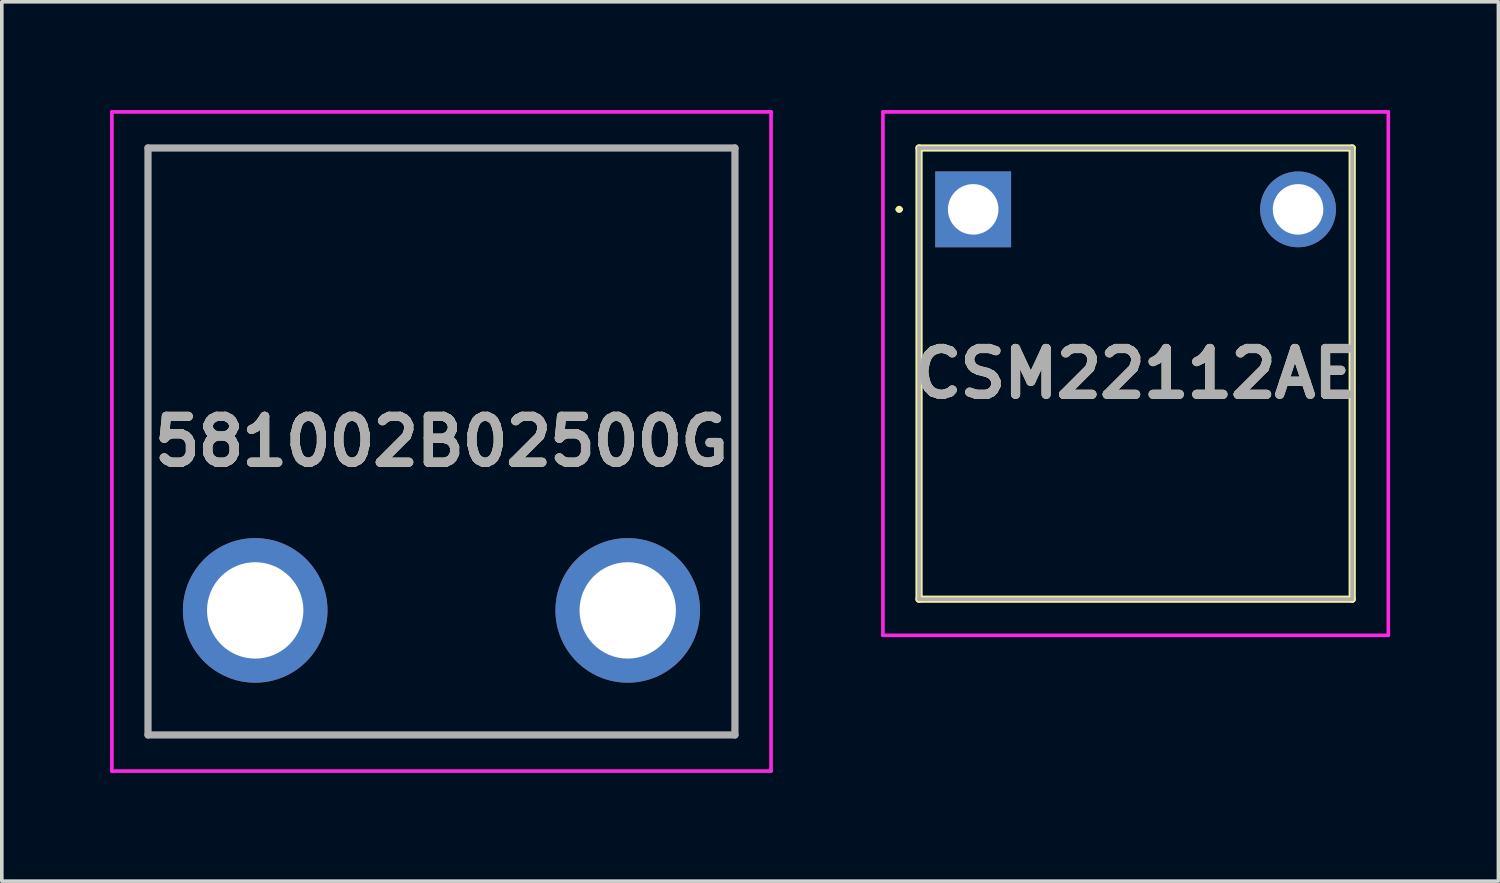
<source format=kicad_pcb>
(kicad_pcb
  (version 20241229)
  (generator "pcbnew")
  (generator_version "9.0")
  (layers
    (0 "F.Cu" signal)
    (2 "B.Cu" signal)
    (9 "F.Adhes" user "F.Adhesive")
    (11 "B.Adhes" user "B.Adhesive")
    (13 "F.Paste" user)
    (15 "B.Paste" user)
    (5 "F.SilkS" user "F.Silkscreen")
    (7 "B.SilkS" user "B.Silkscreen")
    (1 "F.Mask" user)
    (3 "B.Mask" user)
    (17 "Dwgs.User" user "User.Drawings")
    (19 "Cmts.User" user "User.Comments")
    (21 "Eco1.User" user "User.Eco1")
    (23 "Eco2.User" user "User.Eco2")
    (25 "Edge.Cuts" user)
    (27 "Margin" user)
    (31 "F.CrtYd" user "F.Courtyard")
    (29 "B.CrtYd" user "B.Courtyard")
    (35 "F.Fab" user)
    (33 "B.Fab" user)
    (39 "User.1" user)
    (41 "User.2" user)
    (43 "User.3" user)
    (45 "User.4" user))
  (footprint "CSM22112AE"
    (layer "F.Cu")
    (at 23.91 2.75)
    (property "Reference" "CSM22112AE" (at 4.5 4.55 0) (layer "F.SilkS") (effects (font (size 1.27 1.27) (thickness 0.254))))
    (attr through_hole)
    (fp_line (start -2.1 0) (end -2.1 0) (stroke (width 0.1) (type solid)) (layer "F.SilkS"))
    (fp_line (start -2 0) (end -2 0) (stroke (width 0.1) (type solid)) (layer "F.SilkS"))
    (fp_line (start -1.5 -1.7) (end 10.5 -1.7) (stroke (width 0.2) (type solid)) (layer "F.SilkS"))
    (fp_line (start -1.5 10.8) (end -1.5 -1.7) (stroke (width 0.2) (type solid)) (layer "F.SilkS"))
    (fp_line (start 10.5 -1.7) (end 10.5 10.8) (stroke (width 0.2) (type solid)) (layer "F.SilkS"))
    (fp_line (start 10.5 10.8) (end -1.5 10.8) (stroke (width 0.2) (type solid)) (layer "F.SilkS"))
    (fp_arc (start -2.1 0) (mid -2.05 -0.05) (end -2 0) (stroke (width 0.1) (type solid)) (layer "F.SilkS"))
    (fp_arc (start -2 0) (mid -2.05 0.05) (end -2.1 0) (stroke (width 0.1) (type solid)) (layer "F.SilkS"))
    (fp_line (start -2.5 -2.7) (end 11.5 -2.7) (stroke (width 0.1) (type solid)) (layer "F.CrtYd"))
    (fp_line (start -2.5 11.8) (end -2.5 -2.7) (stroke (width 0.1) (type solid)) (layer "F.CrtYd"))
    (fp_line (start 11.5 -2.7) (end 11.5 11.8) (stroke (width 0.1) (type solid)) (layer "F.CrtYd"))
    (fp_line (start 11.5 11.8) (end -2.5 11.8) (stroke (width 0.1) (type solid)) (layer "F.CrtYd"))
    (fp_line (start -1.5 -1.7) (end 10.5 -1.7) (stroke (width 0.1) (type solid)) (layer "F.Fab"))
    (fp_line (start -1.5 10.8) (end -1.5 -1.7) (stroke (width 0.1) (type solid)) (layer "F.Fab"))
    (fp_line (start 10.5 -1.7) (end 10.5 10.8) (stroke (width 0.1) (type solid)) (layer "F.Fab"))
    (fp_line (start 10.5 10.8) (end -1.5 10.8) (stroke (width 0.1) (type solid)) (layer "F.Fab"))
    (fp_text user "${REFERENCE}" (at 4.5 4.55 0) (layer "F.Fab") (effects (font (size 1.27 1.27) (thickness 0.254))))
    (pad "1" thru_hole rect (at 0 0) (size 2.1 2.1) (drill 1.4) (layers "*.Cu" "*.Mask"))
    (pad "2" thru_hole circle (at 9 0) (size 2.1 2.1) (drill 1.4) (layers "*.Cu" "*.Mask")))
  (footprint "581002B02500G"
    (layer "F.Cu")
    (at 4.02 13.86)
    (property "Reference" "581002B02500G" (at 5.16 -4.68 0) (layer "F.SilkS") (effects (font (size 1.27 1.27) (thickness 0.254))))
    (attr through_hole)
    (fp_line (start -2.97 -12.81) (end 13.29 -12.81) (stroke (width 0.1) (type solid)) (layer "F.SilkS"))
    (fp_line (start -2.97 3.45) (end -2.97 -12.81) (stroke (width 0.1) (type solid)) (layer "F.SilkS"))
    (fp_line (start 13.29 -12.81) (end 13.29 3.45) (stroke (width 0.1) (type solid)) (layer "F.SilkS"))
    (fp_line (start 13.29 3.45) (end -2.97 3.45) (stroke (width 0.1) (type solid)) (layer "F.SilkS"))
    (fp_line (start -3.97 -13.81) (end 14.29 -13.81) (stroke (width 0.1) (type solid)) (layer "F.CrtYd"))
    (fp_line (start -3.97 4.45) (end -3.97 -13.81) (stroke (width 0.1) (type solid)) (layer "F.CrtYd"))
    (fp_line (start 14.29 -13.81) (end 14.29 4.45) (stroke (width 0.1) (type solid)) (layer "F.CrtYd"))
    (fp_line (start 14.29 4.45) (end -3.97 4.45) (stroke (width 0.1) (type solid)) (layer "F.CrtYd"))
    (fp_line (start -2.97 -12.81) (end 13.29 -12.81) (stroke (width 0.2) (type solid)) (layer "F.Fab"))
    (fp_line (start -2.97 3.45) (end -2.97 -12.81) (stroke (width 0.2) (type solid)) (layer "F.Fab"))
    (fp_line (start 13.29 -12.81) (end 13.29 3.45) (stroke (width 0.2) (type solid)) (layer "F.Fab"))
    (fp_line (start 13.29 3.45) (end -2.97 3.45) (stroke (width 0.2) (type solid)) (layer "F.Fab"))
    (fp_text user "${REFERENCE}" (at 5.16 -4.68 0) (layer "F.Fab") (effects (font (size 1.27 1.27) (thickness 0.254))))
    (pad "1" thru_hole circle (at 0 0) (size 4.005 4.005) (drill 2.67) (layers "*.Cu" "*.Mask"))
    (pad "2" thru_hole circle (at 10.32 0) (size 4.005 4.005) (drill 2.67) (layers "*.Cu" "*.Mask")))
  (gr_rect
    (start -3 -3)
    (end 38.46 21.36)
    (stroke (width 0.1) (type default))
    (fill no)
    (layer "Edge.Cuts")))
</source>
